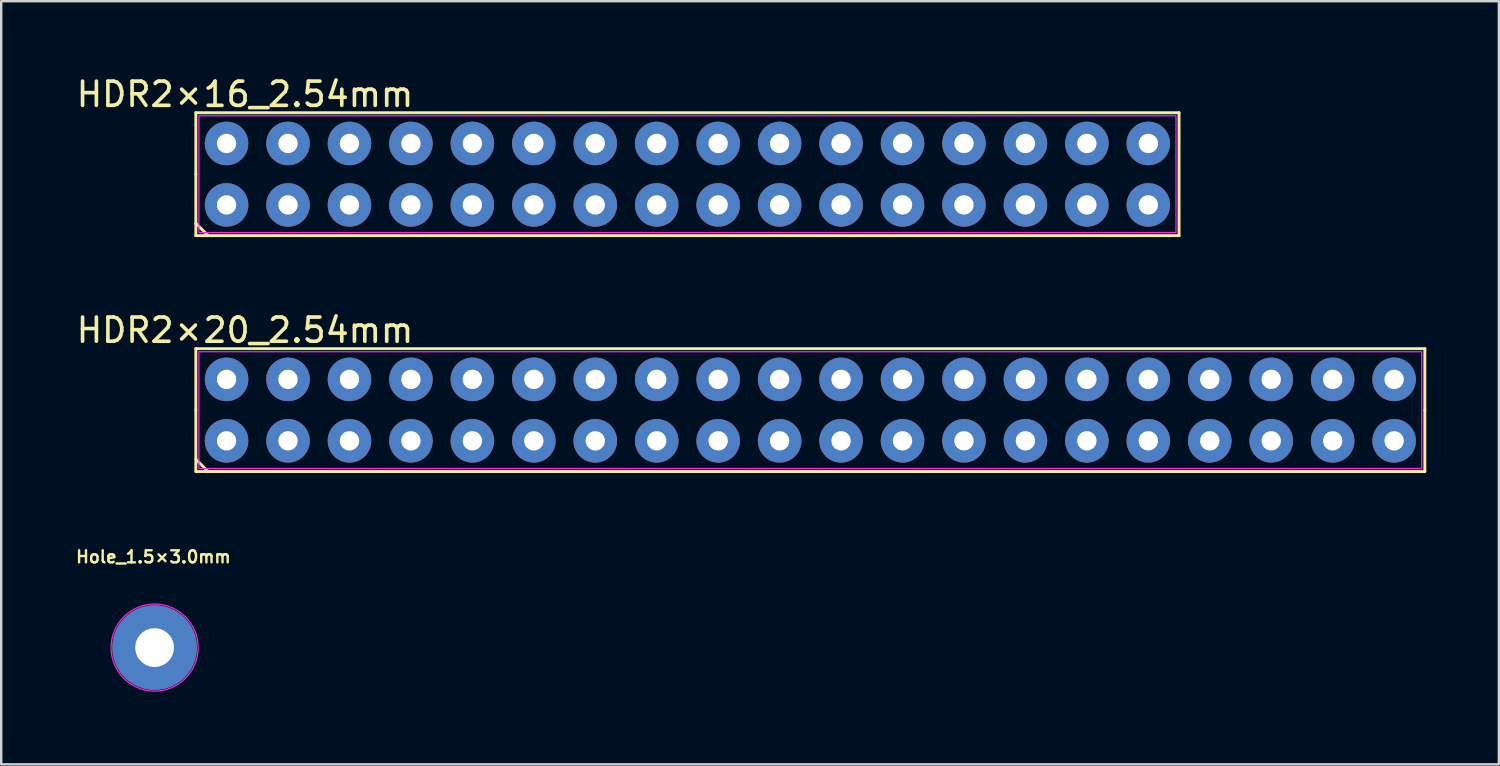
<source format=kicad_pcb>
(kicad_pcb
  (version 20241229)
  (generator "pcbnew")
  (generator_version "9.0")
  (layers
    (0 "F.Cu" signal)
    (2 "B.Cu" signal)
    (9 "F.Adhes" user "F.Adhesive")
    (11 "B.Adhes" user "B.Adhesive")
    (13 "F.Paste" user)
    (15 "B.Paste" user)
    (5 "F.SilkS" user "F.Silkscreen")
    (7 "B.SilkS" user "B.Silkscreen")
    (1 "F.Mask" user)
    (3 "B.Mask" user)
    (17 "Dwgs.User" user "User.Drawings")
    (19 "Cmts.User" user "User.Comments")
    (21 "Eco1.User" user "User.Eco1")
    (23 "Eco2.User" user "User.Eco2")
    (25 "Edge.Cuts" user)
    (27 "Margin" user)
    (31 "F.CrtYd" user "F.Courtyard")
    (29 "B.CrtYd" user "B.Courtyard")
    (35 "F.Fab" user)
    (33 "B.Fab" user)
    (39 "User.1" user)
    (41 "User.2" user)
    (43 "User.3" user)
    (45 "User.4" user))
  (footprint "Hole_1.5×3.0mm"
    (layer "F.Cu")
    (at 3.34 23.718)
    (property "Reference" "Hole_1.5×3.0mm" (at -0.05 -3.75 0) (layer "F.SilkS") (effects (font (size 0.5 0.5) (thickness 0.1) (bold yes))))
    (attr through_hole)
    (fp_circle (center 0 0) (end 1.8 0) (stroke (width 0.05) (type solid)) (fill no) (layer "F.CrtYd"))
    (pad "MP" thru_hole circle (at 0 0) (size 3.5 3.5) (drill 1.6) (layers "*.Cu" "*.Mask")))
  (footprint "HDR2×16_2.54mm"
    (layer "F.Cu")
    (at 6.315 5.42)
    (property "Reference" "HDR2×16_2.54mm" (at 0.762 -4.572 0) (layer "F.SilkS") (effects (font (size 1 1) (thickness 0.15))))
    (attr through_hole)
    (fp_line (start -1.27 -3.81) (end -1.27 -1.27) (stroke (width 0.12) (type solid)) (layer "F.SilkS"))
    (fp_line (start -1.27 -3.81) (end 39.37 -3.81) (stroke (width 0.12) (type solid)) (layer "F.SilkS"))
    (fp_line (start -1.27 -1.27) (end -1.27 1.27) (stroke (width 0.12) (type solid)) (layer "F.SilkS"))
    (fp_line (start -1.27 1.27) (end 39.37 1.27) (stroke (width 0.12) (type solid)) (layer "F.SilkS"))
    (fp_line (start -0.762 1.27) (end -1.27 0.762) (stroke (width 0.12) (type solid)) (layer "F.SilkS"))
    (fp_line (start 39.37 -3.81) (end 39.37 1.27) (stroke (width 0.12) (type solid)) (layer "F.SilkS"))
    (fp_rect (start -1.143 -3.683) (end 39.243 1.143) (stroke (width 0.05) (type default)) (fill no) (layer "F.CrtYd"))
    (pad "1" thru_hole circle (at 0 0) (size 1.8 1.8) (drill 0.8) (layers "*.Cu" "*.Mask"))
    (pad "2" thru_hole circle (at 0 -2.54) (size 1.8 1.8) (drill 0.8) (layers "*.Cu" "*.Mask"))
    (pad "3" thru_hole circle (at 2.54 0) (size 1.8 1.8) (drill 0.8) (layers "*.Cu" "*.Mask"))
    (pad "4" thru_hole circle (at 2.54 -2.54) (size 1.8 1.8) (drill 0.8) (layers "*.Cu" "*.Mask"))
    (pad "5" thru_hole circle (at 5.08 0) (size 1.8 1.8) (drill 0.8) (layers "*.Cu" "*.Mask"))
    (pad "6" thru_hole circle (at 5.08 -2.54) (size 1.8 1.8) (drill 0.8) (layers "*.Cu" "*.Mask"))
    (pad "7" thru_hole circle (at 7.62 0) (size 1.8 1.8) (drill 0.8) (layers "*.Cu" "*.Mask"))
    (pad "8" thru_hole circle (at 7.62 -2.54) (size 1.8 1.8) (drill 0.8) (layers "*.Cu" "*.Mask"))
    (pad "9" thru_hole circle (at 10.16 0) (size 1.8 1.8) (drill 0.8) (layers "*.Cu" "*.Mask"))
    (pad "10" thru_hole circle (at 10.16 -2.54) (size 1.8 1.8) (drill 0.8) (layers "*.Cu" "*.Mask"))
    (pad "11" thru_hole circle (at 12.7 0) (size 1.8 1.8) (drill 0.8) (layers "*.Cu" "*.Mask"))
    (pad "12" thru_hole circle (at 12.7 -2.54) (size 1.8 1.8) (drill 0.8) (layers "*.Cu" "*.Mask"))
    (pad "13" thru_hole circle (at 15.24 0) (size 1.8 1.8) (drill 0.8) (layers "*.Cu" "*.Mask"))
    (pad "14" thru_hole circle (at 15.24 -2.54) (size 1.8 1.8) (drill 0.8) (layers "*.Cu" "*.Mask"))
    (pad "15" thru_hole circle (at 17.78 0) (size 1.8 1.8) (drill 0.8) (layers "*.Cu" "*.Mask"))
    (pad "16" thru_hole circle (at 17.78 -2.54) (size 1.8 1.8) (drill 0.8) (layers "*.Cu" "*.Mask"))
    (pad "17" thru_hole circle (at 20.32 0) (size 1.8 1.8) (drill 0.8) (layers "*.Cu" "*.Mask"))
    (pad "18" thru_hole circle (at 20.32 -2.54) (size 1.8 1.8) (drill 0.8) (layers "*.Cu" "*.Mask"))
    (pad "19" thru_hole circle (at 22.86 0) (size 1.8 1.8) (drill 0.8) (layers "*.Cu" "*.Mask"))
    (pad "20" thru_hole circle (at 22.86 -2.54) (size 1.8 1.8) (drill 0.8) (layers "*.Cu" "*.Mask"))
    (pad "21" thru_hole circle (at 25.4 0) (size 1.8 1.8) (drill 0.8) (layers "*.Cu" "*.Mask"))
    (pad "22" thru_hole circle (at 25.4 -2.54) (size 1.8 1.8) (drill 0.8) (layers "*.Cu" "*.Mask"))
    (pad "23" thru_hole circle (at 27.94 0) (size 1.8 1.8) (drill 0.8) (layers "*.Cu" "*.Mask"))
    (pad "24" thru_hole circle (at 27.94 -2.54) (size 1.8 1.8) (drill 0.8) (layers "*.Cu" "*.Mask"))
    (pad "25" thru_hole circle (at 30.48 0) (size 1.8 1.8) (drill 0.8) (layers "*.Cu" "*.Mask"))
    (pad "26" thru_hole circle (at 30.48 -2.54) (size 1.8 1.8) (drill 0.8) (layers "*.Cu" "*.Mask"))
    (pad "27" thru_hole circle (at 33.02 0) (size 1.8 1.8) (drill 0.8) (layers "*.Cu" "*.Mask"))
    (pad "28" thru_hole circle (at 33.02 -2.54) (size 1.8 1.8) (drill 0.8) (layers "*.Cu" "*.Mask"))
    (pad "29" thru_hole circle (at 35.56 0) (size 1.8 1.8) (drill 0.8) (layers "*.Cu" "*.Mask"))
    (pad "30" thru_hole circle (at 35.56 -2.54) (size 1.8 1.8) (drill 0.8) (layers "*.Cu" "*.Mask"))
    (pad "31" thru_hole circle (at 38.1 0) (size 1.8 1.8) (drill 0.8) (layers "*.Cu" "*.Mask"))
    (pad "32" thru_hole circle (at 38.1 -2.54) (size 1.8 1.8) (drill 0.8) (layers "*.Cu" "*.Mask")))
  (footprint "HDR2×20_2.54mm"
    (layer "F.Cu")
    (at 6.315 15.171)
    (property "Reference" "HDR2×20_2.54mm" (at 0.762 -4.572 0) (layer "F.SilkS") (effects (font (size 1 1) (thickness 0.15))))
    (attr through_hole)
    (fp_line (start -1.27 -3.81) (end -1.27 -1.27) (stroke (width 0.12) (type solid)) (layer "F.SilkS"))
    (fp_line (start -1.27 -3.81) (end 49.53 -3.81) (stroke (width 0.12) (type solid)) (layer "F.SilkS"))
    (fp_line (start -1.27 -1.27) (end -1.27 1.27) (stroke (width 0.12) (type solid)) (layer "F.SilkS"))
    (fp_line (start -1.27 1.27) (end 49.53 1.27) (stroke (width 0.12) (type solid)) (layer "F.SilkS"))
    (fp_line (start -0.762 1.27) (end -1.27 0.762) (stroke (width 0.12) (type solid)) (layer "F.SilkS"))
    (fp_line (start 49.53 -3.81) (end 49.53 -1.27) (stroke (width 0.12) (type solid)) (layer "F.SilkS"))
    (fp_line (start 49.53 -1.27) (end 49.53 1.27) (stroke (width 0.12) (type solid)) (layer "F.SilkS"))
    (fp_rect (start -1.143 -3.683) (end 49.403 1.143) (stroke (width 0.05) (type default)) (fill no) (layer "F.CrtYd"))
    (pad "1" thru_hole circle (at 0 0) (size 1.8 1.8) (drill 0.8) (layers "*.Cu" "*.Mask"))
    (pad "2" thru_hole circle (at 0 -2.54) (size 1.8 1.8) (drill 0.8) (layers "*.Cu" "*.Mask"))
    (pad "3" thru_hole circle (at 2.54 0) (size 1.8 1.8) (drill 0.8) (layers "*.Cu" "*.Mask"))
    (pad "4" thru_hole circle (at 2.54 -2.54) (size 1.8 1.8) (drill 0.8) (layers "*.Cu" "*.Mask"))
    (pad "5" thru_hole circle (at 5.08 0) (size 1.8 1.8) (drill 0.8) (layers "*.Cu" "*.Mask"))
    (pad "6" thru_hole circle (at 5.08 -2.54) (size 1.8 1.8) (drill 0.8) (layers "*.Cu" "*.Mask"))
    (pad "7" thru_hole circle (at 7.62 0) (size 1.8 1.8) (drill 0.8) (layers "*.Cu" "*.Mask"))
    (pad "8" thru_hole circle (at 7.62 -2.54) (size 1.8 1.8) (drill 0.8) (layers "*.Cu" "*.Mask"))
    (pad "9" thru_hole circle (at 10.16 0) (size 1.8 1.8) (drill 0.8) (layers "*.Cu" "*.Mask"))
    (pad "10" thru_hole circle (at 10.16 -2.54) (size 1.8 1.8) (drill 0.8) (layers "*.Cu" "*.Mask"))
    (pad "11" thru_hole circle (at 12.7 0) (size 1.8 1.8) (drill 0.8) (layers "*.Cu" "*.Mask"))
    (pad "12" thru_hole circle (at 12.7 -2.54) (size 1.8 1.8) (drill 0.8) (layers "*.Cu" "*.Mask"))
    (pad "13" thru_hole circle (at 15.24 0) (size 1.8 1.8) (drill 0.8) (layers "*.Cu" "*.Mask"))
    (pad "14" thru_hole circle (at 15.24 -2.54) (size 1.8 1.8) (drill 0.8) (layers "*.Cu" "*.Mask"))
    (pad "15" thru_hole circle (at 17.78 0) (size 1.8 1.8) (drill 0.8) (layers "*.Cu" "*.Mask"))
    (pad "16" thru_hole circle (at 17.78 -2.54) (size 1.8 1.8) (drill 0.8) (layers "*.Cu" "*.Mask"))
    (pad "17" thru_hole circle (at 20.32 0) (size 1.8 1.8) (drill 0.8) (layers "*.Cu" "*.Mask"))
    (pad "18" thru_hole circle (at 20.32 -2.54) (size 1.8 1.8) (drill 0.8) (layers "*.Cu" "*.Mask"))
    (pad "19" thru_hole circle (at 22.86 0) (size 1.8 1.8) (drill 0.8) (layers "*.Cu" "*.Mask"))
    (pad "20" thru_hole circle (at 22.86 -2.54) (size 1.8 1.8) (drill 0.8) (layers "*.Cu" "*.Mask"))
    (pad "21" thru_hole circle (at 25.4 0) (size 1.8 1.8) (drill 0.8) (layers "*.Cu" "*.Mask"))
    (pad "22" thru_hole circle (at 25.4 -2.54) (size 1.8 1.8) (drill 0.8) (layers "*.Cu" "*.Mask"))
    (pad "23" thru_hole circle (at 27.94 0) (size 1.8 1.8) (drill 0.8) (layers "*.Cu" "*.Mask"))
    (pad "24" thru_hole circle (at 27.94 -2.54) (size 1.8 1.8) (drill 0.8) (layers "*.Cu" "*.Mask"))
    (pad "25" thru_hole circle (at 30.48 0) (size 1.8 1.8) (drill 0.8) (layers "*.Cu" "*.Mask"))
    (pad "26" thru_hole circle (at 30.48 -2.54) (size 1.8 1.8) (drill 0.8) (layers "*.Cu" "*.Mask"))
    (pad "27" thru_hole circle (at 33.02 0) (size 1.8 1.8) (drill 0.8) (layers "*.Cu" "*.Mask"))
    (pad "28" thru_hole circle (at 33.02 -2.54) (size 1.8 1.8) (drill 0.8) (layers "*.Cu" "*.Mask"))
    (pad "29" thru_hole circle (at 35.56 0) (size 1.8 1.8) (drill 0.8) (layers "*.Cu" "*.Mask"))
    (pad "30" thru_hole circle (at 35.56 -2.54) (size 1.8 1.8) (drill 0.8) (layers "*.Cu" "*.Mask"))
    (pad "31" thru_hole circle (at 38.1 0) (size 1.8 1.8) (drill 0.8) (layers "*.Cu" "*.Mask"))
    (pad "32" thru_hole circle (at 38.1 -2.54) (size 1.8 1.8) (drill 0.8) (layers "*.Cu" "*.Mask"))
    (pad "33" thru_hole circle (at 40.64 0) (size 1.8 1.8) (drill 0.8) (layers "*.Cu" "*.Mask"))
    (pad "34" thru_hole circle (at 40.64 -2.54) (size 1.8 1.8) (drill 0.8) (layers "*.Cu" "*.Mask"))
    (pad "35" thru_hole circle (at 43.18 0) (size 1.8 1.8) (drill 0.8) (layers "*.Cu" "*.Mask"))
    (pad "36" thru_hole circle (at 43.18 -2.54) (size 1.8 1.8) (drill 0.8) (layers "*.Cu" "*.Mask"))
    (pad "37" thru_hole circle (at 45.72 0) (size 1.8 1.8) (drill 0.8) (layers "*.Cu" "*.Mask"))
    (pad "38" thru_hole circle (at 45.72 -2.54) (size 1.8 1.8) (drill 0.8) (layers "*.Cu" "*.Mask"))
    (pad "39" thru_hole circle (at 48.26 0) (size 1.8 1.8) (drill 0.8) (layers "*.Cu" "*.Mask"))
    (pad "40" thru_hole circle (at 48.26 -2.54) (size 1.8 1.8) (drill 0.8) (layers "*.Cu" "*.Mask")))
  (gr_rect
    (start -3 -3)
    (end 58.905 28.544)
    (stroke (width 0.1) (type default))
    (fill no)
    (layer "Edge.Cuts")))
</source>
